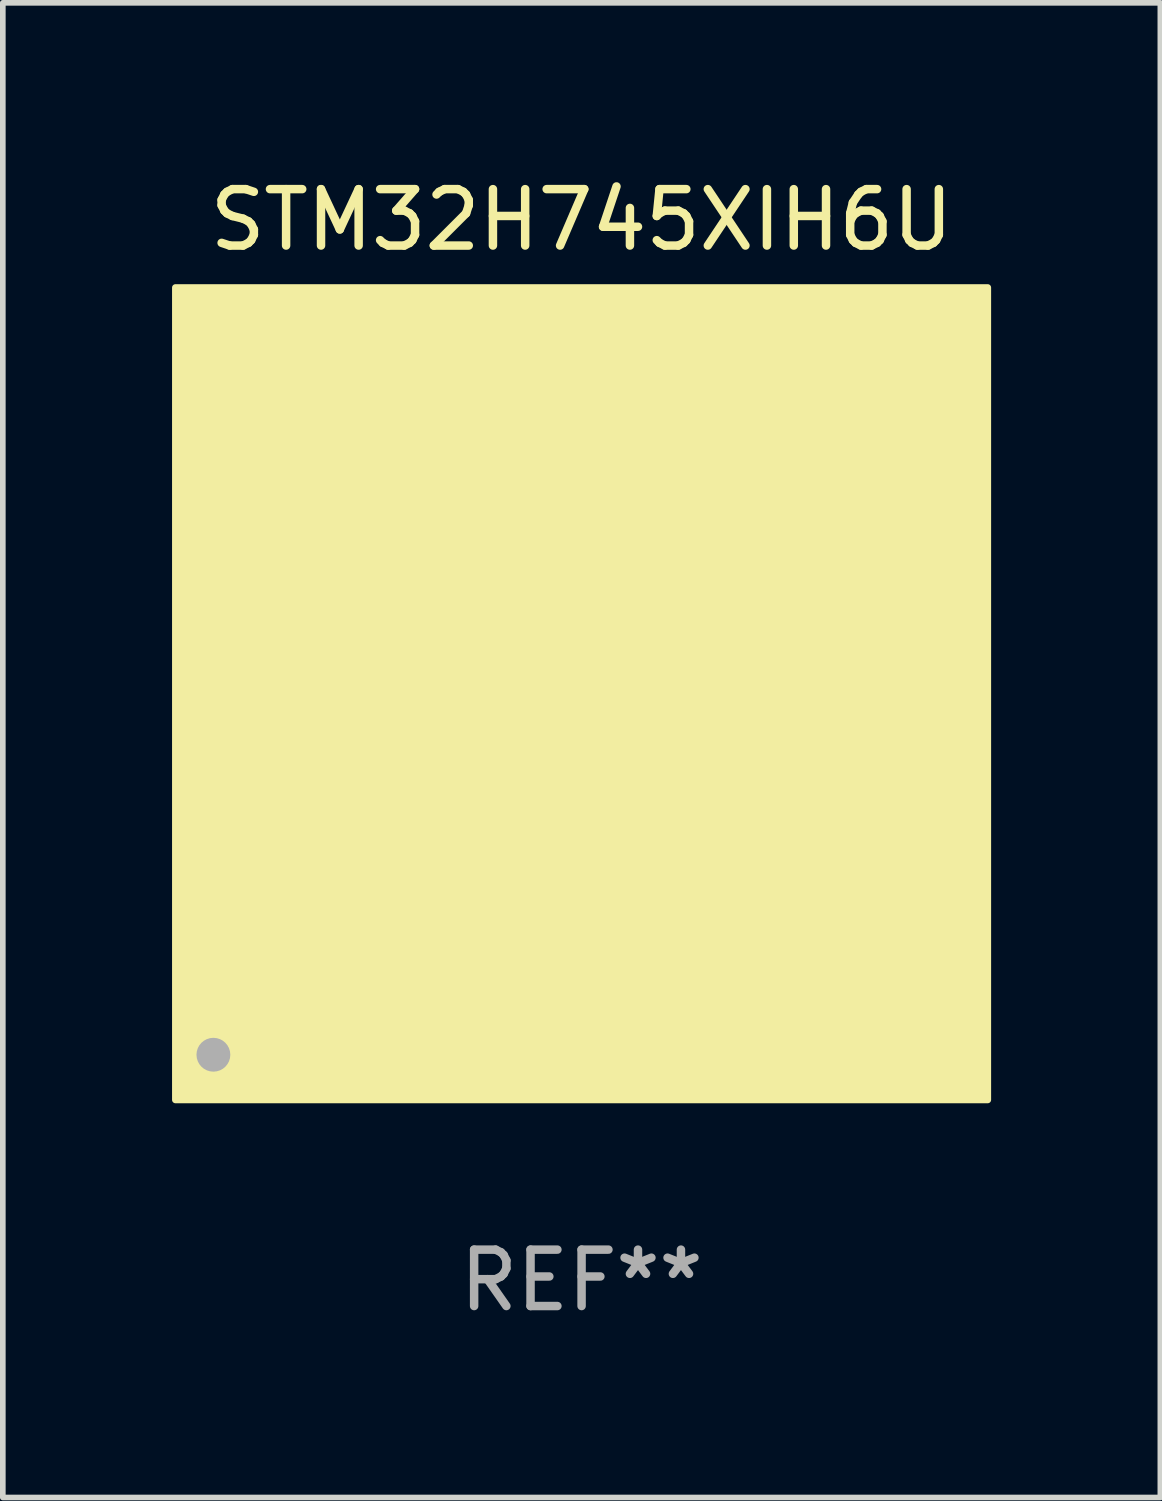
<source format=kicad_pcb>
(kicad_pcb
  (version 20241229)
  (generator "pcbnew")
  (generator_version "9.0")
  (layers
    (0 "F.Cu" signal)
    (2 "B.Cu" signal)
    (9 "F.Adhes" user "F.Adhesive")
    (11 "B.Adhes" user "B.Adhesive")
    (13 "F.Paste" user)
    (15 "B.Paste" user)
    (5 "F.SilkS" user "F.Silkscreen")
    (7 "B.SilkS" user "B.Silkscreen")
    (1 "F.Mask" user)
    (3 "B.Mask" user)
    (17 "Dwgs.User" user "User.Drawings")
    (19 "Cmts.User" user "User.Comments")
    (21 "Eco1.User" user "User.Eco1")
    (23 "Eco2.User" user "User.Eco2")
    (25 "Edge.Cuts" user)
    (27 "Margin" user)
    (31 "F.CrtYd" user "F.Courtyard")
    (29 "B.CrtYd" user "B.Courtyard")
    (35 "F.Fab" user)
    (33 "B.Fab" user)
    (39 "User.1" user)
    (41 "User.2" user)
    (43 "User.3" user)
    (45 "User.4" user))
  (footprint "STM32H745XIH6U"
    (layer "F.Cu")
    (at 7.26 9.248)
    (property "Reference" "STM32H745XIH6U" (at 0 -8.4 0) (layer "F.SilkS") (effects (font (size 1 1) (thickness 0.15))))
    (attr through_hole)
    (fp_circle (center -7 7) (end -6.97 7) (stroke (width 0.06) (type solid)) (fill no) (layer "F.SilkS"))
    (fp_poly (pts (xy -7.2 -7.2) (xy 7.2 -7.2) (xy 7.2 7.2) (xy -7.2 7.2)) (stroke (width 0.12) (type solid)) (fill yes) (layer "F.SilkS"))
    (fp_circle (center -6.527 6.4) (end -6.377 6.4) (stroke (width 0.3) (type solid)) (fill no) (layer "F.Fab"))
    (fp_text user "REF**" (at 0 10.4 0) (layer "F.Fab") (effects (font (size 1 1) (thickness 0.15))))
    (pad "A1" smd circle (at -6.4 6.4) (size 0.325 0.325) (layers "F.Cu" "F.Mask" "F.Paste"))
    (pad "A2" smd circle (at -6.4 5.6) (size 0.325 0.325) (layers "F.Cu" "F.Mask" "F.Paste"))
    (pad "A3" smd circle (at -6.4 4.8) (size 0.325 0.325) (layers "F.Cu" "F.Mask" "F.Paste"))
    (pad "A4" smd circle (at -6.4 4) (size 0.325 0.325) (layers "F.Cu" "F.Mask" "F.Paste"))
    (pad "A5" smd circle (at -6.4 3.2) (size 0.325 0.325) (layers "F.Cu" "F.Mask" "F.Paste"))
    (pad "A6" smd circle (at -6.4 2.4) (size 0.325 0.325) (layers "F.Cu" "F.Mask" "F.Paste"))
    (pad "A7" smd circle (at -6.4 1.6) (size 0.325 0.325) (layers "F.Cu" "F.Mask" "F.Paste"))
    (pad "A8" smd circle (at -6.4 0.8) (size 0.325 0.325) (layers "F.Cu" "F.Mask" "F.Paste"))
    (pad "A9" smd circle (at -6.4 0) (size 0.325 0.325) (layers "F.Cu" "F.Mask" "F.Paste"))
    (pad "A10" smd circle (at -6.4 -0.8) (size 0.325 0.325) (layers "F.Cu" "F.Mask" "F.Paste"))
    (pad "A11" smd circle (at -6.4 -1.6) (size 0.325 0.325) (layers "F.Cu" "F.Mask" "F.Paste"))
    (pad "A12" smd circle (at -6.4 -2.4) (size 0.325 0.325) (layers "F.Cu" "F.Mask" "F.Paste"))
    (pad "A13" smd circle (at -6.4 -3.2) (size 0.325 0.325) (layers "F.Cu" "F.Mask" "F.Paste"))
    (pad "A14" smd circle (at -6.4 -4) (size 0.325 0.325) (layers "F.Cu" "F.Mask" "F.Paste"))
    (pad "A15" smd circle (at -6.4 -4.8) (size 0.325 0.325) (layers "F.Cu" "F.Mask" "F.Paste"))
    (pad "A16" smd circle (at -6.4 -5.6) (size 0.325 0.325) (layers "F.Cu" "F.Mask" "F.Paste"))
    (pad "A17" smd circle (at -6.4 -6.4) (size 0.325 0.325) (layers "F.Cu" "F.Mask" "F.Paste"))
    (pad "B1" smd circle (at -5.6 6.4) (size 0.325 0.325) (layers "F.Cu" "F.Mask" "F.Paste"))
    (pad "B2" smd circle (at -5.6 5.6) (size 0.325 0.325) (layers "F.Cu" "F.Mask" "F.Paste"))
    (pad "B3" smd circle (at -5.6 4.8) (size 0.325 0.325) (layers "F.Cu" "F.Mask" "F.Paste"))
    (pad "B4" smd circle (at -5.6 4) (size 0.325 0.325) (layers "F.Cu" "F.Mask" "F.Paste"))
    (pad "B5" smd circle (at -5.6 3.2) (size 0.325 0.325) (layers "F.Cu" "F.Mask" "F.Paste"))
    (pad "B6" smd circle (at -5.6 2.4) (size 0.325 0.325) (layers "F.Cu" "F.Mask" "F.Paste"))
    (pad "B7" smd circle (at -5.6 1.6) (size 0.325 0.325) (layers "F.Cu" "F.Mask" "F.Paste"))
    (pad "B8" smd circle (at -5.6 0.8) (size 0.325 0.325) (layers "F.Cu" "F.Mask" "F.Paste"))
    (pad "B9" smd circle (at -5.6 0) (size 0.325 0.325) (layers "F.Cu" "F.Mask" "F.Paste"))
    (pad "B10" smd circle (at -5.6 -0.8) (size 0.325 0.325) (layers "F.Cu" "F.Mask" "F.Paste"))
    (pad "B11" smd circle (at -5.6 -1.6) (size 0.325 0.325) (layers "F.Cu" "F.Mask" "F.Paste"))
    (pad "B12" smd circle (at -5.6 -2.4) (size 0.325 0.325) (layers "F.Cu" "F.Mask" "F.Paste"))
    (pad "B13" smd circle (at -5.6 -3.2) (size 0.325 0.325) (layers "F.Cu" "F.Mask" "F.Paste"))
    (pad "B14" smd circle (at -5.6 -4) (size 0.325 0.325) (layers "F.Cu" "F.Mask" "F.Paste"))
    (pad "B15" smd circle (at -5.6 -4.8) (size 0.325 0.325) (layers "F.Cu" "F.Mask" "F.Paste"))
    (pad "B16" smd circle (at -5.6 -5.6) (size 0.325 0.325) (layers "F.Cu" "F.Mask" "F.Paste"))
    (pad "B17" smd circle (at -5.6 -6.4) (size 0.325 0.325) (layers "F.Cu" "F.Mask" "F.Paste"))
    (pad "C1" smd circle (at -4.8 6.4) (size 0.325 0.325) (layers "F.Cu" "F.Mask" "F.Paste"))
    (pad "C2" smd circle (at -4.8 5.6) (size 0.325 0.325) (layers "F.Cu" "F.Mask" "F.Paste"))
    (pad "C3" smd circle (at -4.8 4.8) (size 0.325 0.325) (layers "F.Cu" "F.Mask" "F.Paste"))
    (pad "C4" smd circle (at -4.8 4) (size 0.325 0.325) (layers "F.Cu" "F.Mask" "F.Paste"))
    (pad "C5" smd circle (at -4.8 3.2) (size 0.325 0.325) (layers "F.Cu" "F.Mask" "F.Paste"))
    (pad "C6" smd circle (at -4.8 2.4) (size 0.325 0.325) (layers "F.Cu" "F.Mask" "F.Paste"))
    (pad "C7" smd circle (at -4.8 1.6) (size 0.325 0.325) (layers "F.Cu" "F.Mask" "F.Paste"))
    (pad "C8" smd circle (at -4.8 0.8) (size 0.325 0.325) (layers "F.Cu" "F.Mask" "F.Paste"))
    (pad "C9" smd circle (at -4.8 0) (size 0.325 0.325) (layers "F.Cu" "F.Mask" "F.Paste"))
    (pad "C10" smd circle (at -4.8 -0.8) (size 0.325 0.325) (layers "F.Cu" "F.Mask" "F.Paste"))
    (pad "C11" smd circle (at -4.8 -1.6) (size 0.325 0.325) (layers "F.Cu" "F.Mask" "F.Paste"))
    (pad "C12" smd circle (at -4.8 -2.4) (size 0.325 0.325) (layers "F.Cu" "F.Mask" "F.Paste"))
    (pad "C13" smd circle (at -4.8 -3.2) (size 0.325 0.325) (layers "F.Cu" "F.Mask" "F.Paste"))
    (pad "C14" smd circle (at -4.8 -4) (size 0.325 0.325) (layers "F.Cu" "F.Mask" "F.Paste"))
    (pad "C15" smd circle (at -4.8 -4.8) (size 0.325 0.325) (layers "F.Cu" "F.Mask" "F.Paste"))
    (pad "C16" smd circle (at -4.8 -5.6) (size 0.325 0.325) (layers "F.Cu" "F.Mask" "F.Paste"))
    (pad "C17" smd circle (at -4.8 -6.4) (size 0.325 0.325) (layers "F.Cu" "F.Mask" "F.Paste"))
    (pad "D1" smd circle (at -4 6.4) (size 0.325 0.325) (layers "F.Cu" "F.Mask" "F.Paste"))
    (pad "D2" smd circle (at -4 5.6) (size 0.325 0.325) (layers "F.Cu" "F.Mask" "F.Paste"))
    (pad "D3" smd circle (at -4 4.8) (size 0.325 0.325) (layers "F.Cu" "F.Mask" "F.Paste"))
    (pad "D4" smd circle (at -4 4) (size 0.325 0.325) (layers "F.Cu" "F.Mask" "F.Paste"))
    (pad "D5" smd circle (at -4 3.2) (size 0.325 0.325) (layers "F.Cu" "F.Mask" "F.Paste"))
    (pad "D6" smd circle (at -4 2.4) (size 0.325 0.325) (layers "F.Cu" "F.Mask" "F.Paste"))
    (pad "D7" smd circle (at -4 1.6) (size 0.325 0.325) (layers "F.Cu" "F.Mask" "F.Paste"))
    (pad "D8" smd circle (at -4 0.8) (size 0.325 0.325) (layers "F.Cu" "F.Mask" "F.Paste"))
    (pad "D9" smd circle (at -4 0) (size 0.325 0.325) (layers "F.Cu" "F.Mask" "F.Paste"))
    (pad "D10" smd circle (at -4 -0.8) (size 0.325 0.325) (layers "F.Cu" "F.Mask" "F.Paste"))
    (pad "D11" smd circle (at -4 -1.6) (size 0.325 0.325) (layers "F.Cu" "F.Mask" "F.Paste"))
    (pad "D12" smd circle (at -4 -2.4) (size 0.325 0.325) (layers "F.Cu" "F.Mask" "F.Paste"))
    (pad "D13" smd circle (at -4 -3.2) (size 0.325 0.325) (layers "F.Cu" "F.Mask" "F.Paste"))
    (pad "D14" smd circle (at -4 -4) (size 0.325 0.325) (layers "F.Cu" "F.Mask" "F.Paste"))
    (pad "D15" smd circle (at -4 -4.8) (size 0.325 0.325) (layers "F.Cu" "F.Mask" "F.Paste"))
    (pad "D16" smd circle (at -4 -5.6) (size 0.325 0.325) (layers "F.Cu" "F.Mask" "F.Paste"))
    (pad "D17" smd circle (at -4 -6.4) (size 0.325 0.325) (layers "F.Cu" "F.Mask" "F.Paste"))
    (pad "E1" smd circle (at -3.2 6.4) (size 0.325 0.325) (layers "F.Cu" "F.Mask" "F.Paste"))
    (pad "E2" smd circle (at -3.2 5.6) (size 0.325 0.325) (layers "F.Cu" "F.Mask" "F.Paste"))
    (pad "E3" smd circle (at -3.2 4.8) (size 0.325 0.325) (layers "F.Cu" "F.Mask" "F.Paste"))
    (pad "E4" smd circle (at -3.2 4) (size 0.325 0.325) (layers "F.Cu" "F.Mask" "F.Paste"))
    (pad "E5" smd circle (at -3.2 3.2) (size 0.325 0.325) (layers "F.Cu" "F.Mask" "F.Paste"))
    (pad "E6" smd circle (at -3.2 2.4) (size 0.325 0.325) (layers "F.Cu" "F.Mask" "F.Paste"))
    (pad "E7" smd circle (at -3.2 1.6) (size 0.325 0.325) (layers "F.Cu" "F.Mask" "F.Paste"))
    (pad "E8" smd circle (at -3.2 0.8) (size 0.325 0.325) (layers "F.Cu" "F.Mask" "F.Paste"))
    (pad "E9" smd circle (at -3.2 0) (size 0.325 0.325) (layers "F.Cu" "F.Mask" "F.Paste"))
    (pad "E10" smd circle (at -3.2 -0.8) (size 0.325 0.325) (layers "F.Cu" "F.Mask" "F.Paste"))
    (pad "E11" smd circle (at -3.2 -1.6) (size 0.325 0.325) (layers "F.Cu" "F.Mask" "F.Paste"))
    (pad "E12" smd circle (at -3.2 -2.4) (size 0.325 0.325) (layers "F.Cu" "F.Mask" "F.Paste"))
    (pad "E13" smd circle (at -3.2 -3.2) (size 0.325 0.325) (layers "F.Cu" "F.Mask" "F.Paste"))
    (pad "E14" smd circle (at -3.2 -4) (size 0.325 0.325) (layers "F.Cu" "F.Mask" "F.Paste"))
    (pad "E15" smd circle (at -3.2 -4.8) (size 0.325 0.325) (layers "F.Cu" "F.Mask" "F.Paste"))
    (pad "E16" smd circle (at -3.2 -5.6) (size 0.325 0.325) (layers "F.Cu" "F.Mask" "F.Paste"))
    (pad "E17" smd circle (at -3.2 -6.4) (size 0.325 0.325) (layers "F.Cu" "F.Mask" "F.Paste"))
    (pad "F1" smd circle (at -2.4 6.4) (size 0.325 0.325) (layers "F.Cu" "F.Mask" "F.Paste"))
    (pad "F2" smd circle (at -2.4 5.6) (size 0.325 0.325) (layers "F.Cu" "F.Mask" "F.Paste"))
    (pad "F3" smd circle (at -2.4 4.8) (size 0.325 0.325) (layers "F.Cu" "F.Mask" "F.Paste"))
    (pad "F4" smd circle (at -2.4 4) (size 0.325 0.325) (layers "F.Cu" "F.Mask" "F.Paste"))
    (pad "F5" smd circle (at -2.4 3.2) (size 0.325 0.325) (layers "F.Cu" "F.Mask" "F.Paste"))
    (pad "F13" smd circle (at -2.4 -3.2) (size 0.325 0.325) (layers "F.Cu" "F.Mask" "F.Paste"))
    (pad "F14" smd circle (at -2.4 -4) (size 0.325 0.325) (layers "F.Cu" "F.Mask" "F.Paste"))
    (pad "F15" smd circle (at -2.4 -4.8) (size 0.325 0.325) (layers "F.Cu" "F.Mask" "F.Paste"))
    (pad "F16" smd circle (at -2.4 -5.6) (size 0.325 0.325) (layers "F.Cu" "F.Mask" "F.Paste"))
    (pad "F17" smd circle (at -2.4 -6.4) (size 0.325 0.325) (layers "F.Cu" "F.Mask" "F.Paste"))
    (pad "G1" smd circle (at -1.6 6.4) (size 0.325 0.325) (layers "F.Cu" "F.Mask" "F.Paste"))
    (pad "G2" smd circle (at -1.6 5.6) (size 0.325 0.325) (layers "F.Cu" "F.Mask" "F.Paste"))
    (pad "G3" smd circle (at -1.6 4.8) (size 0.325 0.325) (layers "F.Cu" "F.Mask" "F.Paste"))
    (pad "G4" smd circle (at -1.6 4) (size 0.325 0.325) (layers "F.Cu" "F.Mask" "F.Paste"))
    (pad "G5" smd circle (at -1.6 3.2) (size 0.325 0.325) (layers "F.Cu" "F.Mask" "F.Paste"))
    (pad "G7" smd circle (at -1.6 1.6) (size 0.325 0.325) (layers "F.Cu" "F.Mask" "F.Paste"))
    (pad "G8" smd circle (at -1.6 0.8) (size 0.325 0.325) (layers "F.Cu" "F.Mask" "F.Paste"))
    (pad "G9" smd circle (at -1.6 0) (size 0.325 0.325) (layers "F.Cu" "F.Mask" "F.Paste"))
    (pad "G10" smd circle (at -1.6 -0.8) (size 0.325 0.325) (layers "F.Cu" "F.Mask" "F.Paste"))
    (pad "G11" smd circle (at -1.6 -1.6) (size 0.325 0.325) (layers "F.Cu" "F.Mask" "F.Paste"))
    (pad "G13" smd circle (at -1.6 -3.2) (size 0.325 0.325) (layers "F.Cu" "F.Mask" "F.Paste"))
    (pad "G14" smd circle (at -1.6 -4) (size 0.325 0.325) (layers "F.Cu" "F.Mask" "F.Paste"))
    (pad "G15" smd circle (at -1.6 -4.8) (size 0.325 0.325) (layers "F.Cu" "F.Mask" "F.Paste"))
    (pad "G16" smd circle (at -1.6 -5.6) (size 0.325 0.325) (layers "F.Cu" "F.Mask" "F.Paste"))
    (pad "G17" smd circle (at -1.6 -6.4) (size 0.325 0.325) (layers "F.Cu" "F.Mask" "F.Paste"))
    (pad "H1" smd circle (at -0.8 6.4) (size 0.325 0.325) (layers "F.Cu" "F.Mask" "F.Paste"))
    (pad "H2" smd circle (at -0.8 5.6) (size 0.325 0.325) (layers "F.Cu" "F.Mask" "F.Paste"))
    (pad "H3" smd circle (at -0.8 4.8) (size 0.325 0.325) (layers "F.Cu" "F.Mask" "F.Paste"))
    (pad "H4" smd circle (at -0.8 4) (size 0.325 0.325) (layers "F.Cu" "F.Mask" "F.Paste"))
    (pad "H5" smd circle (at -0.8 3.2) (size 0.325 0.325) (layers "F.Cu" "F.Mask" "F.Paste"))
    (pad "H7" smd circle (at -0.8 1.6) (size 0.325 0.325) (layers "F.Cu" "F.Mask" "F.Paste"))
    (pad "H8" smd circle (at -0.8 0.8) (size 0.325 0.325) (layers "F.Cu" "F.Mask" "F.Paste"))
    (pad "H9" smd circle (at -0.8 0) (size 0.325 0.325) (layers "F.Cu" "F.Mask" "F.Paste"))
    (pad "H10" smd circle (at -0.8 -0.8) (size 0.325 0.325) (layers "F.Cu" "F.Mask" "F.Paste"))
    (pad "H11" smd circle (at -0.8 -1.6) (size 0.325 0.325) (layers "F.Cu" "F.Mask" "F.Paste"))
    (pad "H13" smd circle (at -0.8 -3.2) (size 0.325 0.325) (layers "F.Cu" "F.Mask" "F.Paste"))
    (pad "H14" smd circle (at -0.8 -4) (size 0.325 0.325) (layers "F.Cu" "F.Mask" "F.Paste"))
    (pad "H15" smd circle (at -0.8 -4.8) (size 0.325 0.325) (layers "F.Cu" "F.Mask" "F.Paste"))
    (pad "H16" smd circle (at -0.8 -5.6) (size 0.325 0.325) (layers "F.Cu" "F.Mask" "F.Paste"))
    (pad "H17" smd circle (at -0.8 -6.4) (size 0.325 0.325) (layers "F.Cu" "F.Mask" "F.Paste"))
    (pad "J1" smd circle (at 0 6.4) (size 0.325 0.325) (layers "F.Cu" "F.Mask" "F.Paste"))
    (pad "J2" smd circle (at 0 5.6) (size 0.325 0.325) (layers "F.Cu" "F.Mask" "F.Paste"))
    (pad "J3" smd circle (at 0 4.8) (size 0.325 0.325) (layers "F.Cu" "F.Mask" "F.Paste"))
    (pad "J4" smd circle (at 0 4) (size 0.325 0.325) (layers "F.Cu" "F.Mask" "F.Paste"))
    (pad "J5" smd circle (at 0 3.2) (size 0.325 0.325) (layers "F.Cu" "F.Mask" "F.Paste"))
    (pad "J7" smd circle (at 0 1.6) (size 0.325 0.325) (layers "F.Cu" "F.Mask" "F.Paste"))
    (pad "J8" smd circle (at 0 0.8) (size 0.325 0.325) (layers "F.Cu" "F.Mask" "F.Paste"))
    (pad "J9" smd circle (at 0 0) (size 0.325 0.325) (layers "F.Cu" "F.Mask" "F.Paste"))
    (pad "J10" smd circle (at 0 -0.8) (size 0.325 0.325) (layers "F.Cu" "F.Mask" "F.Paste"))
    (pad "J11" smd circle (at 0 -1.6) (size 0.325 0.325) (layers "F.Cu" "F.Mask" "F.Paste"))
    (pad "J13" smd circle (at 0 -3.2) (size 0.325 0.325) (layers "F.Cu" "F.Mask" "F.Paste"))
    (pad "J14" smd circle (at 0 -4) (size 0.325 0.325) (layers "F.Cu" "F.Mask" "F.Paste"))
    (pad "J15" smd circle (at 0 -4.8) (size 0.325 0.325) (layers "F.Cu" "F.Mask" "F.Paste"))
    (pad "J16" smd circle (at 0 -5.6) (size 0.325 0.325) (layers "F.Cu" "F.Mask" "F.Paste"))
    (pad "J17" smd circle (at 0 -6.4) (size 0.325 0.325) (layers "F.Cu" "F.Mask" "F.Paste"))
    (pad "K1" smd circle (at 0.8 6.4) (size 0.325 0.325) (layers "F.Cu" "F.Mask" "F.Paste"))
    (pad "K2" smd circle (at 0.8 5.6) (size 0.325 0.325) (layers "F.Cu" "F.Mask" "F.Paste"))
    (pad "K3" smd circle (at 0.8 4.8) (size 0.325 0.325) (layers "F.Cu" "F.Mask" "F.Paste"))
    (pad "K4" smd circle (at 0.8 4) (size 0.325 0.325) (layers "F.Cu" "F.Mask" "F.Paste"))
    (pad "K5" smd circle (at 0.8 3.2) (size 0.325 0.325) (layers "F.Cu" "F.Mask" "F.Paste"))
    (pad "K7" smd circle (at 0.8 1.6) (size 0.325 0.325) (layers "F.Cu" "F.Mask" "F.Paste"))
    (pad "K8" smd circle (at 0.8 0.8) (size 0.325 0.325) (layers "F.Cu" "F.Mask" "F.Paste"))
    (pad "K9" smd circle (at 0.8 0) (size 0.325 0.325) (layers "F.Cu" "F.Mask" "F.Paste"))
    (pad "K10" smd circle (at 0.8 -0.8) (size 0.325 0.325) (layers "F.Cu" "F.Mask" "F.Paste"))
    (pad "K11" smd circle (at 0.8 -1.6) (size 0.325 0.325) (layers "F.Cu" "F.Mask" "F.Paste"))
    (pad "K13" smd circle (at 0.8 -3.2) (size 0.325 0.325) (layers "F.Cu" "F.Mask" "F.Paste"))
    (pad "K14" smd circle (at 0.8 -4) (size 0.325 0.325) (layers "F.Cu" "F.Mask" "F.Paste"))
    (pad "K15" smd circle (at 0.8 -4.8) (size 0.325 0.325) (layers "F.Cu" "F.Mask" "F.Paste"))
    (pad "K16" smd circle (at 0.8 -5.6) (size 0.325 0.325) (layers "F.Cu" "F.Mask" "F.Paste"))
    (pad "K17" smd circle (at 0.8 -6.4) (size 0.325 0.325) (layers "F.Cu" "F.Mask" "F.Paste"))
    (pad "L1" smd circle (at 1.6 6.4) (size 0.325 0.325) (layers "F.Cu" "F.Mask" "F.Paste"))
    (pad "L2" smd circle (at 1.6 5.6) (size 0.325 0.325) (layers "F.Cu" "F.Mask" "F.Paste"))
    (pad "L3" smd circle (at 1.6 4.8) (size 0.325 0.325) (layers "F.Cu" "F.Mask" "F.Paste"))
    (pad "L4" smd circle (at 1.6 4) (size 0.325 0.325) (layers "F.Cu" "F.Mask" "F.Paste"))
    (pad "L5" smd circle (at 1.6 3.2) (size 0.325 0.325) (layers "F.Cu" "F.Mask" "F.Paste"))
    (pad "L7" smd circle (at 1.6 1.6) (size 0.325 0.325) (layers "F.Cu" "F.Mask" "F.Paste"))
    (pad "L8" smd circle (at 1.6 0.8) (size 0.325 0.325) (layers "F.Cu" "F.Mask" "F.Paste"))
    (pad "L9" smd circle (at 1.6 0) (size 0.325 0.325) (layers "F.Cu" "F.Mask" "F.Paste"))
    (pad "L10" smd circle (at 1.6 -0.8) (size 0.325 0.325) (layers "F.Cu" "F.Mask" "F.Paste"))
    (pad "L11" smd circle (at 1.6 -1.6) (size 0.325 0.325) (layers "F.Cu" "F.Mask" "F.Paste"))
    (pad "L13" smd circle (at 1.6 -3.2) (size 0.325 0.325) (layers "F.Cu" "F.Mask" "F.Paste"))
    (pad "L14" smd circle (at 1.6 -4) (size 0.325 0.325) (layers "F.Cu" "F.Mask" "F.Paste"))
    (pad "L15" smd circle (at 1.6 -4.8) (size 0.325 0.325) (layers "F.Cu" "F.Mask" "F.Paste"))
    (pad "L16" smd circle (at 1.6 -5.6) (size 0.325 0.325) (layers "F.Cu" "F.Mask" "F.Paste"))
    (pad "L17" smd circle (at 1.6 -6.4) (size 0.325 0.325) (layers "F.Cu" "F.Mask" "F.Paste"))
    (pad "M1" smd circle (at 2.4 6.4) (size 0.325 0.325) (layers "F.Cu" "F.Mask" "F.Paste"))
    (pad "M2" smd circle (at 2.4 5.6) (size 0.325 0.325) (layers "F.Cu" "F.Mask" "F.Paste"))
    (pad "M3" smd circle (at 2.4 4.8) (size 0.325 0.325) (layers "F.Cu" "F.Mask" "F.Paste"))
    (pad "M4" smd circle (at 2.4 4) (size 0.325 0.325) (layers "F.Cu" "F.Mask" "F.Paste"))
    (pad "M5" smd circle (at 2.4 3.2) (size 0.325 0.325) (layers "F.Cu" "F.Mask" "F.Paste"))
    (pad "M13" smd circle (at 2.4 -3.2) (size 0.325 0.325) (layers "F.Cu" "F.Mask" "F.Paste"))
    (pad "M14" smd circle (at 2.4 -4) (size 0.325 0.325) (layers "F.Cu" "F.Mask" "F.Paste"))
    (pad "M15" smd circle (at 2.4 -4.8) (size 0.325 0.325) (layers "F.Cu" "F.Mask" "F.Paste"))
    (pad "M16" smd circle (at 2.4 -5.6) (size 0.325 0.325) (layers "F.Cu" "F.Mask" "F.Paste"))
    (pad "M17" smd circle (at 2.4 -6.4) (size 0.325 0.325) (layers "F.Cu" "F.Mask" "F.Paste"))
    (pad "N1" smd circle (at 3.2 6.4) (size 0.325 0.325) (layers "F.Cu" "F.Mask" "F.Paste"))
    (pad "N2" smd circle (at 3.2 5.6) (size 0.325 0.325) (layers "F.Cu" "F.Mask" "F.Paste"))
    (pad "N3" smd circle (at 3.2 4.8) (size 0.325 0.325) (layers "F.Cu" "F.Mask" "F.Paste"))
    (pad "N4" smd circle (at 3.2 4) (size 0.325 0.325) (layers "F.Cu" "F.Mask" "F.Paste"))
    (pad "N5" smd circle (at 3.2 3.2) (size 0.325 0.325) (layers "F.Cu" "F.Mask" "F.Paste"))
    (pad "N6" smd circle (at 3.2 2.4) (size 0.325 0.325) (layers "F.Cu" "F.Mask" "F.Paste"))
    (pad "N7" smd circle (at 3.2 1.6) (size 0.325 0.325) (layers "F.Cu" "F.Mask" "F.Paste"))
    (pad "N8" smd circle (at 3.2 0.8) (size 0.325 0.325) (layers "F.Cu" "F.Mask" "F.Paste"))
    (pad "N9" smd circle (at 3.2 0) (size 0.325 0.325) (layers "F.Cu" "F.Mask" "F.Paste"))
    (pad "N10" smd circle (at 3.2 -0.8) (size 0.325 0.325) (layers "F.Cu" "F.Mask" "F.Paste"))
    (pad "N11" smd circle (at 3.2 -1.6) (size 0.325 0.325) (layers "F.Cu" "F.Mask" "F.Paste"))
    (pad "N12" smd circle (at 3.2 -2.4) (size 0.325 0.325) (layers "F.Cu" "F.Mask" "F.Paste"))
    (pad "N13" smd circle (at 3.2 -3.2) (size 0.325 0.325) (layers "F.Cu" "F.Mask" "F.Paste"))
    (pad "N14" smd circle (at 3.2 -4) (size 0.325 0.325) (layers "F.Cu" "F.Mask" "F.Paste"))
    (pad "N15" smd circle (at 3.2 -4.8) (size 0.325 0.325) (layers "F.Cu" "F.Mask" "F.Paste"))
    (pad "N16" smd circle (at 3.2 -5.6) (size 0.325 0.325) (layers "F.Cu" "F.Mask" "F.Paste"))
    (pad "N17" smd circle (at 3.2 -6.4) (size 0.325 0.325) (layers "F.Cu" "F.Mask" "F.Paste"))
    (pad "P1" smd circle (at 4 6.4) (size 0.325 0.325) (layers "F.Cu" "F.Mask" "F.Paste"))
    (pad "P2" smd circle (at 4 5.6) (size 0.325 0.325) (layers "F.Cu" "F.Mask" "F.Paste"))
    (pad "P3" smd circle (at 4 4.8) (size 0.325 0.325) (layers "F.Cu" "F.Mask" "F.Paste"))
    (pad "P4" smd circle (at 4 4) (size 0.325 0.325) (layers "F.Cu" "F.Mask" "F.Paste"))
    (pad "P5" smd circle (at 4 3.2) (size 0.325 0.325) (layers "F.Cu" "F.Mask" "F.Paste"))
    (pad "P6" smd circle (at 4 2.4) (size 0.325 0.325) (layers "F.Cu" "F.Mask" "F.Paste"))
    (pad "P7" smd circle (at 4 1.6) (size 0.325 0.325) (layers "F.Cu" "F.Mask" "F.Paste"))
    (pad "P8" smd circle (at 4 0.8) (size 0.325 0.325) (layers "F.Cu" "F.Mask" "F.Paste"))
    (pad "P9" smd circle (at 4 0) (size 0.325 0.325) (layers "F.Cu" "F.Mask" "F.Paste"))
    (pad "P10" smd circle (at 4 -0.8) (size 0.325 0.325) (layers "F.Cu" "F.Mask" "F.Paste"))
    (pad "P11" smd circle (at 4 -1.6) (size 0.325 0.325) (layers "F.Cu" "F.Mask" "F.Paste"))
    (pad "P12" smd circle (at 4 -2.4) (size 0.325 0.325) (layers "F.Cu" "F.Mask" "F.Paste"))
    (pad "P13" smd circle (at 4 -3.2) (size 0.325 0.325) (layers "F.Cu" "F.Mask" "F.Paste"))
    (pad "P14" smd circle (at 4 -4) (size 0.325 0.325) (layers "F.Cu" "F.Mask" "F.Paste"))
    (pad "P15" smd circle (at 4 -4.8) (size 0.325 0.325) (layers "F.Cu" "F.Mask" "F.Paste"))
    (pad "P16" smd circle (at 4 -5.6) (size 0.325 0.325) (layers "F.Cu" "F.Mask" "F.Paste"))
    (pad "P17" smd circle (at 4 -6.4) (size 0.325 0.325) (layers "F.Cu" "F.Mask" "F.Paste"))
    (pad "R1" smd circle (at 4.8 6.4) (size 0.325 0.325) (layers "F.Cu" "F.Mask" "F.Paste"))
    (pad "R2" smd circle (at 4.8 5.6) (size 0.325 0.325) (layers "F.Cu" "F.Mask" "F.Paste"))
    (pad "R3" smd circle (at 4.8 4.8) (size 0.325 0.325) (layers "F.Cu" "F.Mask" "F.Paste"))
    (pad "R4" smd circle (at 4.8 4) (size 0.325 0.325) (layers "F.Cu" "F.Mask" "F.Paste"))
    (pad "R5" smd circle (at 4.8 3.2) (size 0.325 0.325) (layers "F.Cu" "F.Mask" "F.Paste"))
    (pad "R6" smd circle (at 4.8 2.4) (size 0.325 0.325) (layers "F.Cu" "F.Mask" "F.Paste"))
    (pad "R7" smd circle (at 4.8 1.6) (size 0.325 0.325) (layers "F.Cu" "F.Mask" "F.Paste"))
    (pad "R8" smd circle (at 4.8 0.8) (size 0.325 0.325) (layers "F.Cu" "F.Mask" "F.Paste"))
    (pad "R9" smd circle (at 4.8 0) (size 0.325 0.325) (layers "F.Cu" "F.Mask" "F.Paste"))
    (pad "R10" smd circle (at 4.8 -0.8) (size 0.325 0.325) (layers "F.Cu" "F.Mask" "F.Paste"))
    (pad "R11" smd circle (at 4.8 -1.6) (size 0.325 0.325) (layers "F.Cu" "F.Mask" "F.Paste"))
    (pad "R12" smd circle (at 4.8 -2.4) (size 0.325 0.325) (layers "F.Cu" "F.Mask" "F.Paste"))
    (pad "R13" smd circle (at 4.8 -3.2) (size 0.325 0.325) (layers "F.Cu" "F.Mask" "F.Paste"))
    (pad "R14" smd circle (at 4.8 -4) (size 0.325 0.325) (layers "F.Cu" "F.Mask" "F.Paste"))
    (pad "R15" smd circle (at 4.8 -4.8) (size 0.325 0.325) (layers "F.Cu" "F.Mask" "F.Paste"))
    (pad "R16" smd circle (at 4.8 -5.6) (size 0.325 0.325) (layers "F.Cu" "F.Mask" "F.Paste"))
    (pad "R17" smd circle (at 4.8 -6.4) (size 0.325 0.325) (layers "F.Cu" "F.Mask" "F.Paste"))
    (pad "T1" smd circle (at 5.6 6.4) (size 0.325 0.325) (layers "F.Cu" "F.Mask" "F.Paste"))
    (pad "T2" smd circle (at 5.6 5.6) (size 0.325 0.325) (layers "F.Cu" "F.Mask" "F.Paste"))
    (pad "T3" smd circle (at 5.6 4.8) (size 0.325 0.325) (layers "F.Cu" "F.Mask" "F.Paste"))
    (pad "T4" smd circle (at 5.6 4) (size 0.325 0.325) (layers "F.Cu" "F.Mask" "F.Paste"))
    (pad "T5" smd circle (at 5.6 3.2) (size 0.325 0.325) (layers "F.Cu" "F.Mask" "F.Paste"))
    (pad "T6" smd circle (at 5.6 2.4) (size 0.325 0.325) (layers "F.Cu" "F.Mask" "F.Paste"))
    (pad "T7" smd circle (at 5.6 1.6) (size 0.325 0.325) (layers "F.Cu" "F.Mask" "F.Paste"))
    (pad "T8" smd circle (at 5.6 0.8) (size 0.325 0.325) (layers "F.Cu" "F.Mask" "F.Paste"))
    (pad "T9" smd circle (at 5.6 0) (size 0.325 0.325) (layers "F.Cu" "F.Mask" "F.Paste"))
    (pad "T10" smd circle (at 5.6 -0.8) (size 0.325 0.325) (layers "F.Cu" "F.Mask" "F.Paste"))
    (pad "T11" smd circle (at 5.6 -1.6) (size 0.325 0.325) (layers "F.Cu" "F.Mask" "F.Paste"))
    (pad "T12" smd circle (at 5.6 -2.4) (size 0.325 0.325) (layers "F.Cu" "F.Mask" "F.Paste"))
    (pad "T13" smd circle (at 5.6 -3.2) (size 0.325 0.325) (layers "F.Cu" "F.Mask" "F.Paste"))
    (pad "T14" smd circle (at 5.6 -4) (size 0.325 0.325) (layers "F.Cu" "F.Mask" "F.Paste"))
    (pad "T15" smd circle (at 5.6 -4.8) (size 0.325 0.325) (layers "F.Cu" "F.Mask" "F.Paste"))
    (pad "T16" smd circle (at 5.6 -5.6) (size 0.325 0.325) (layers "F.Cu" "F.Mask" "F.Paste"))
    (pad "T17" smd circle (at 5.6 -6.4) (size 0.325 0.325) (layers "F.Cu" "F.Mask" "F.Paste"))
    (pad "U1" smd circle (at 6.4 6.4) (size 0.325 0.325) (layers "F.Cu" "F.Mask" "F.Paste"))
    (pad "U2" smd circle (at 6.4 5.6) (size 0.325 0.325) (layers "F.Cu" "F.Mask" "F.Paste"))
    (pad "U3" smd circle (at 6.4 4.8) (size 0.325 0.325) (layers "F.Cu" "F.Mask" "F.Paste"))
    (pad "U4" smd circle (at 6.4 4) (size 0.325 0.325) (layers "F.Cu" "F.Mask" "F.Paste"))
    (pad "U5" smd circle (at 6.4 3.2) (size 0.325 0.325) (layers "F.Cu" "F.Mask" "F.Paste"))
    (pad "U6" smd circle (at 6.4 2.4) (size 0.325 0.325) (layers "F.Cu" "F.Mask" "F.Paste"))
    (pad "U7" smd circle (at 6.4 1.6) (size 0.325 0.325) (layers "F.Cu" "F.Mask" "F.Paste"))
    (pad "U8" smd circle (at 6.4 0.8) (size 0.325 0.325) (layers "F.Cu" "F.Mask" "F.Paste"))
    (pad "U9" smd circle (at 6.4 0) (size 0.325 0.325) (layers "F.Cu" "F.Mask" "F.Paste"))
    (pad "U10" smd circle (at 6.4 -0.8) (size 0.325 0.325) (layers "F.Cu" "F.Mask" "F.Paste"))
    (pad "U11" smd circle (at 6.4 -1.6) (size 0.325 0.325) (layers "F.Cu" "F.Mask" "F.Paste"))
    (pad "U12" smd circle (at 6.4 -2.4) (size 0.325 0.325) (layers "F.Cu" "F.Mask" "F.Paste"))
    (pad "U13" smd circle (at 6.4 -3.2) (size 0.325 0.325) (layers "F.Cu" "F.Mask" "F.Paste"))
    (pad "U14" smd circle (at 6.4 -4) (size 0.325 0.325) (layers "F.Cu" "F.Mask" "F.Paste"))
    (pad "U15" smd circle (at 6.4 -4.8) (size 0.325 0.325) (layers "F.Cu" "F.Mask" "F.Paste"))
    (pad "U16" smd circle (at 6.4 -5.6) (size 0.325 0.325) (layers "F.Cu" "F.Mask" "F.Paste"))
    (pad "U17" smd circle (at 6.4 -6.4) (size 0.325 0.325) (layers "F.Cu" "F.Mask" "F.Paste")))
  (gr_rect
    (start -3 -3)
    (end 17.52 23.497)
    (stroke (width 0.1) (type default))
    (fill no)
    (layer "Edge.Cuts")))
</source>
